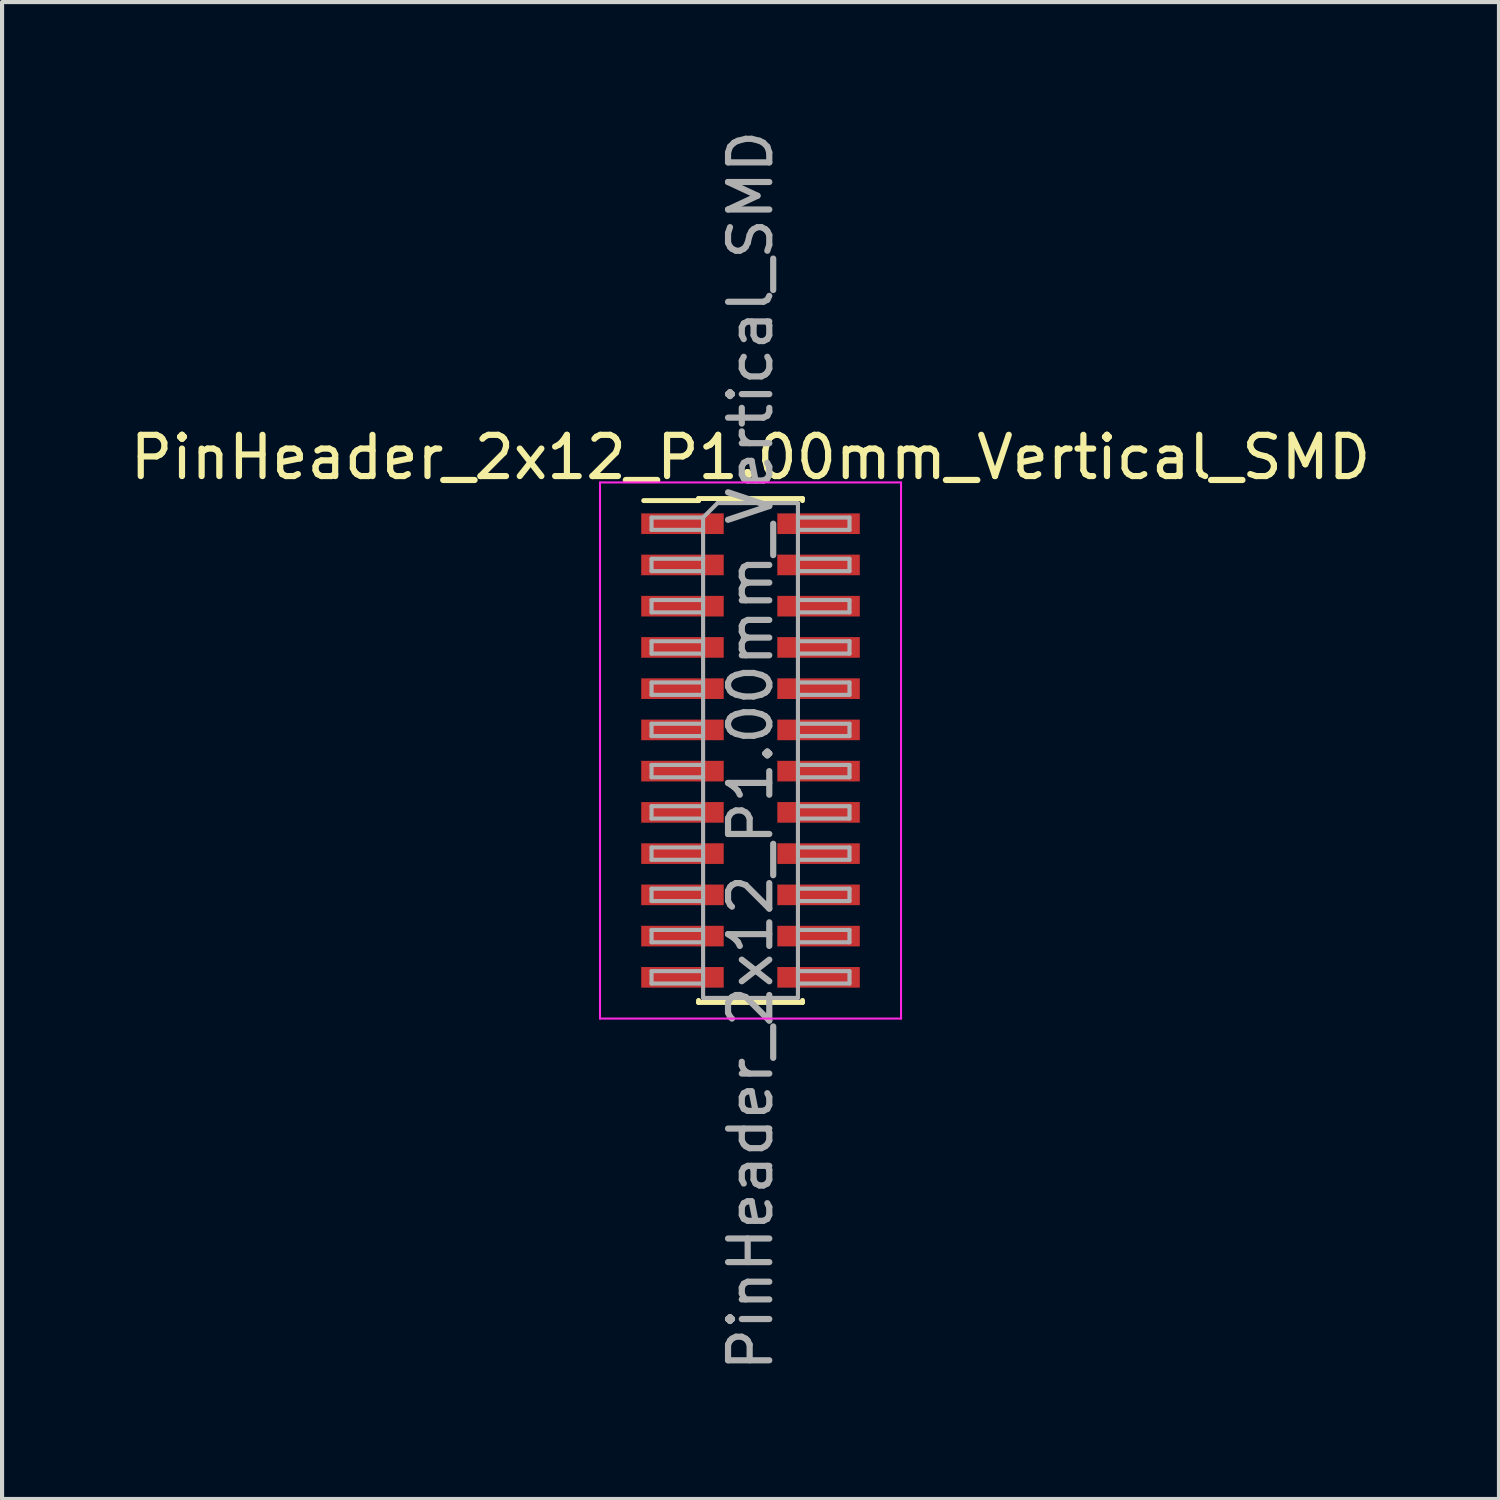
<source format=kicad_pcb>
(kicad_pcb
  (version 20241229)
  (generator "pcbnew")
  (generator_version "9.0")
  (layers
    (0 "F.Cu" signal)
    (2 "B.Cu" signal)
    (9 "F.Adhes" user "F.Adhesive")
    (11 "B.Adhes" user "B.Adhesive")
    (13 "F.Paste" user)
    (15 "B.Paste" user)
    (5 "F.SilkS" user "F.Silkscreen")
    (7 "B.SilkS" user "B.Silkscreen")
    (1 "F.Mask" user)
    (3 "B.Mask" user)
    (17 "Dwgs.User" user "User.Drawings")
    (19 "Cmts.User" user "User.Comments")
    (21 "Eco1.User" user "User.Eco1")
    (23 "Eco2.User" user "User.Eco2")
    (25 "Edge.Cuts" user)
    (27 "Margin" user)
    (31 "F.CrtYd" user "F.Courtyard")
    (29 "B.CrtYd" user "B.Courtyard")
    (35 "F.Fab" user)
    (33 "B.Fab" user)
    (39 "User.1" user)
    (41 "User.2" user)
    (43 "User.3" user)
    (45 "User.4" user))
  (footprint "PinHeader_2x12_P1.00mm_Vertical_SMD"
    (layer "F.Cu")
    (at 15.149 15.149)
    (property "Reference" "PinHeader_2x12_P1.00mm_Vertical_SMD" (at 0 -7.11 0) (layer "F.SilkS") (effects (font (size 1 1) (thickness 0.15))))
    (attr smd)
    (fp_line (start -2.59 -6.06) (end -1.26 -6.06) (stroke (width 0.12) (type solid)) (layer "F.SilkS"))
    (fp_line (start -1.26 -6.11) (end -1.26 -6.06) (stroke (width 0.12) (type solid)) (layer "F.SilkS"))
    (fp_line (start -1.26 -6.11) (end 1.26 -6.11) (stroke (width 0.12) (type solid)) (layer "F.SilkS"))
    (fp_line (start -1.26 6.06) (end -1.26 6.11) (stroke (width 0.12) (type solid)) (layer "F.SilkS"))
    (fp_line (start -1.26 6.11) (end 1.26 6.11) (stroke (width 0.12) (type solid)) (layer "F.SilkS"))
    (fp_line (start 1.26 -6.11) (end 1.26 -6.06) (stroke (width 0.12) (type solid)) (layer "F.SilkS"))
    (fp_line (start 1.26 6.06) (end 1.26 6.11) (stroke (width 0.12) (type solid)) (layer "F.SilkS"))
    (fp_line (start -3.65 -6.5) (end -3.65 6.5) (stroke (width 0.05) (type solid)) (layer "F.CrtYd"))
    (fp_line (start -3.65 6.5) (end 3.65 6.5) (stroke (width 0.05) (type solid)) (layer "F.CrtYd"))
    (fp_line (start 3.65 -6.5) (end -3.65 -6.5) (stroke (width 0.05) (type solid)) (layer "F.CrtYd"))
    (fp_line (start 3.65 6.5) (end 3.65 -6.5) (stroke (width 0.05) (type solid)) (layer "F.CrtYd"))
    (fp_line (start -2.4 -5.65) (end -2.4 -5.35) (stroke (width 0.1) (type solid)) (layer "F.Fab"))
    (fp_line (start -2.4 -5.35) (end -1.15 -5.35) (stroke (width 0.1) (type solid)) (layer "F.Fab"))
    (fp_line (start -2.4 -4.65) (end -2.4 -4.35) (stroke (width 0.1) (type solid)) (layer "F.Fab"))
    (fp_line (start -2.4 -4.35) (end -1.15 -4.35) (stroke (width 0.1) (type solid)) (layer "F.Fab"))
    (fp_line (start -2.4 -3.65) (end -2.4 -3.35) (stroke (width 0.1) (type solid)) (layer "F.Fab"))
    (fp_line (start -2.4 -3.35) (end -1.15 -3.35) (stroke (width 0.1) (type solid)) (layer "F.Fab"))
    (fp_line (start -2.4 -2.65) (end -2.4 -2.35) (stroke (width 0.1) (type solid)) (layer "F.Fab"))
    (fp_line (start -2.4 -2.35) (end -1.15 -2.35) (stroke (width 0.1) (type solid)) (layer "F.Fab"))
    (fp_line (start -2.4 -1.65) (end -2.4 -1.35) (stroke (width 0.1) (type solid)) (layer "F.Fab"))
    (fp_line (start -2.4 -1.35) (end -1.15 -1.35) (stroke (width 0.1) (type solid)) (layer "F.Fab"))
    (fp_line (start -2.4 -0.65) (end -2.4 -0.35) (stroke (width 0.1) (type solid)) (layer "F.Fab"))
    (fp_line (start -2.4 -0.35) (end -1.15 -0.35) (stroke (width 0.1) (type solid)) (layer "F.Fab"))
    (fp_line (start -2.4 0.35) (end -2.4 0.65) (stroke (width 0.1) (type solid)) (layer "F.Fab"))
    (fp_line (start -2.4 0.65) (end -1.15 0.65) (stroke (width 0.1) (type solid)) (layer "F.Fab"))
    (fp_line (start -2.4 1.35) (end -2.4 1.65) (stroke (width 0.1) (type solid)) (layer "F.Fab"))
    (fp_line (start -2.4 1.65) (end -1.15 1.65) (stroke (width 0.1) (type solid)) (layer "F.Fab"))
    (fp_line (start -2.4 2.35) (end -2.4 2.65) (stroke (width 0.1) (type solid)) (layer "F.Fab"))
    (fp_line (start -2.4 2.65) (end -1.15 2.65) (stroke (width 0.1) (type solid)) (layer "F.Fab"))
    (fp_line (start -2.4 3.35) (end -2.4 3.65) (stroke (width 0.1) (type solid)) (layer "F.Fab"))
    (fp_line (start -2.4 3.65) (end -1.15 3.65) (stroke (width 0.1) (type solid)) (layer "F.Fab"))
    (fp_line (start -2.4 4.35) (end -2.4 4.65) (stroke (width 0.1) (type solid)) (layer "F.Fab"))
    (fp_line (start -2.4 4.65) (end -1.15 4.65) (stroke (width 0.1) (type solid)) (layer "F.Fab"))
    (fp_line (start -2.4 5.35) (end -2.4 5.65) (stroke (width 0.1) (type solid)) (layer "F.Fab"))
    (fp_line (start -2.4 5.65) (end -1.15 5.65) (stroke (width 0.1) (type solid)) (layer "F.Fab"))
    (fp_line (start -1.15 -5.65) (end -2.4 -5.65) (stroke (width 0.1) (type solid)) (layer "F.Fab"))
    (fp_line (start -1.15 -5.65) (end -0.8 -6) (stroke (width 0.1) (type solid)) (layer "F.Fab"))
    (fp_line (start -1.15 -4.65) (end -2.4 -4.65) (stroke (width 0.1) (type solid)) (layer "F.Fab"))
    (fp_line (start -1.15 -3.65) (end -2.4 -3.65) (stroke (width 0.1) (type solid)) (layer "F.Fab"))
    (fp_line (start -1.15 -2.65) (end -2.4 -2.65) (stroke (width 0.1) (type solid)) (layer "F.Fab"))
    (fp_line (start -1.15 -1.65) (end -2.4 -1.65) (stroke (width 0.1) (type solid)) (layer "F.Fab"))
    (fp_line (start -1.15 -0.65) (end -2.4 -0.65) (stroke (width 0.1) (type solid)) (layer "F.Fab"))
    (fp_line (start -1.15 0.35) (end -2.4 0.35) (stroke (width 0.1) (type solid)) (layer "F.Fab"))
    (fp_line (start -1.15 1.35) (end -2.4 1.35) (stroke (width 0.1) (type solid)) (layer "F.Fab"))
    (fp_line (start -1.15 2.35) (end -2.4 2.35) (stroke (width 0.1) (type solid)) (layer "F.Fab"))
    (fp_line (start -1.15 3.35) (end -2.4 3.35) (stroke (width 0.1) (type solid)) (layer "F.Fab"))
    (fp_line (start -1.15 4.35) (end -2.4 4.35) (stroke (width 0.1) (type solid)) (layer "F.Fab"))
    (fp_line (start -1.15 5.35) (end -2.4 5.35) (stroke (width 0.1) (type solid)) (layer "F.Fab"))
    (fp_line (start -1.15 6) (end -1.15 -5.65) (stroke (width 0.1) (type solid)) (layer "F.Fab"))
    (fp_line (start -0.8 -6) (end 1.15 -6) (stroke (width 0.1) (type solid)) (layer "F.Fab"))
    (fp_line (start 1.15 -6) (end 1.15 6) (stroke (width 0.1) (type solid)) (layer "F.Fab"))
    (fp_line (start 1.15 -5.65) (end 2.4 -5.65) (stroke (width 0.1) (type solid)) (layer "F.Fab"))
    (fp_line (start 1.15 -4.65) (end 2.4 -4.65) (stroke (width 0.1) (type solid)) (layer "F.Fab"))
    (fp_line (start 1.15 -3.65) (end 2.4 -3.65) (stroke (width 0.1) (type solid)) (layer "F.Fab"))
    (fp_line (start 1.15 -2.65) (end 2.4 -2.65) (stroke (width 0.1) (type solid)) (layer "F.Fab"))
    (fp_line (start 1.15 -1.65) (end 2.4 -1.65) (stroke (width 0.1) (type solid)) (layer "F.Fab"))
    (fp_line (start 1.15 -0.65) (end 2.4 -0.65) (stroke (width 0.1) (type solid)) (layer "F.Fab"))
    (fp_line (start 1.15 0.35) (end 2.4 0.35) (stroke (width 0.1) (type solid)) (layer "F.Fab"))
    (fp_line (start 1.15 1.35) (end 2.4 1.35) (stroke (width 0.1) (type solid)) (layer "F.Fab"))
    (fp_line (start 1.15 2.35) (end 2.4 2.35) (stroke (width 0.1) (type solid)) (layer "F.Fab"))
    (fp_line (start 1.15 3.35) (end 2.4 3.35) (stroke (width 0.1) (type solid)) (layer "F.Fab"))
    (fp_line (start 1.15 4.35) (end 2.4 4.35) (stroke (width 0.1) (type solid)) (layer "F.Fab"))
    (fp_line (start 1.15 5.35) (end 2.4 5.35) (stroke (width 0.1) (type solid)) (layer "F.Fab"))
    (fp_line (start 1.15 6) (end -1.15 6) (stroke (width 0.1) (type solid)) (layer "F.Fab"))
    (fp_line (start 2.4 -5.65) (end 2.4 -5.35) (stroke (width 0.1) (type solid)) (layer "F.Fab"))
    (fp_line (start 2.4 -5.35) (end 1.15 -5.35) (stroke (width 0.1) (type solid)) (layer "F.Fab"))
    (fp_line (start 2.4 -4.65) (end 2.4 -4.35) (stroke (width 0.1) (type solid)) (layer "F.Fab"))
    (fp_line (start 2.4 -4.35) (end 1.15 -4.35) (stroke (width 0.1) (type solid)) (layer "F.Fab"))
    (fp_line (start 2.4 -3.65) (end 2.4 -3.35) (stroke (width 0.1) (type solid)) (layer "F.Fab"))
    (fp_line (start 2.4 -3.35) (end 1.15 -3.35) (stroke (width 0.1) (type solid)) (layer "F.Fab"))
    (fp_line (start 2.4 -2.65) (end 2.4 -2.35) (stroke (width 0.1) (type solid)) (layer "F.Fab"))
    (fp_line (start 2.4 -2.35) (end 1.15 -2.35) (stroke (width 0.1) (type solid)) (layer "F.Fab"))
    (fp_line (start 2.4 -1.65) (end 2.4 -1.35) (stroke (width 0.1) (type solid)) (layer "F.Fab"))
    (fp_line (start 2.4 -1.35) (end 1.15 -1.35) (stroke (width 0.1) (type solid)) (layer "F.Fab"))
    (fp_line (start 2.4 -0.65) (end 2.4 -0.35) (stroke (width 0.1) (type solid)) (layer "F.Fab"))
    (fp_line (start 2.4 -0.35) (end 1.15 -0.35) (stroke (width 0.1) (type solid)) (layer "F.Fab"))
    (fp_line (start 2.4 0.35) (end 2.4 0.65) (stroke (width 0.1) (type solid)) (layer "F.Fab"))
    (fp_line (start 2.4 0.65) (end 1.15 0.65) (stroke (width 0.1) (type solid)) (layer "F.Fab"))
    (fp_line (start 2.4 1.35) (end 2.4 1.65) (stroke (width 0.1) (type solid)) (layer "F.Fab"))
    (fp_line (start 2.4 1.65) (end 1.15 1.65) (stroke (width 0.1) (type solid)) (layer "F.Fab"))
    (fp_line (start 2.4 2.35) (end 2.4 2.65) (stroke (width 0.1) (type solid)) (layer "F.Fab"))
    (fp_line (start 2.4 2.65) (end 1.15 2.65) (stroke (width 0.1) (type solid)) (layer "F.Fab"))
    (fp_line (start 2.4 3.35) (end 2.4 3.65) (stroke (width 0.1) (type solid)) (layer "F.Fab"))
    (fp_line (start 2.4 3.65) (end 1.15 3.65) (stroke (width 0.1) (type solid)) (layer "F.Fab"))
    (fp_line (start 2.4 4.35) (end 2.4 4.65) (stroke (width 0.1) (type solid)) (layer "F.Fab"))
    (fp_line (start 2.4 4.65) (end 1.15 4.65) (stroke (width 0.1) (type solid)) (layer "F.Fab"))
    (fp_line (start 2.4 5.35) (end 2.4 5.65) (stroke (width 0.1) (type solid)) (layer "F.Fab"))
    (fp_line (start 2.4 5.65) (end 1.15 5.65) (stroke (width 0.1) (type solid)) (layer "F.Fab"))
    (fp_text user "${REFERENCE}" (at 0 0 90) (layer "F.Fab") (effects (font (size 1 1) (thickness 0.15))))
    (pad "1" smd rect (at -1.65 -5.5) (size 2 0.5) (layers "F.Cu" "F.Mask" "F.Paste"))
    (pad "2" smd rect (at 1.65 -5.5) (size 2 0.5) (layers "F.Cu" "F.Mask" "F.Paste"))
    (pad "3" smd rect (at -1.65 -4.5) (size 2 0.5) (layers "F.Cu" "F.Mask" "F.Paste"))
    (pad "4" smd rect (at 1.65 -4.5) (size 2 0.5) (layers "F.Cu" "F.Mask" "F.Paste"))
    (pad "5" smd rect (at -1.65 -3.5) (size 2 0.5) (layers "F.Cu" "F.Mask" "F.Paste"))
    (pad "6" smd rect (at 1.65 -3.5) (size 2 0.5) (layers "F.Cu" "F.Mask" "F.Paste"))
    (pad "7" smd rect (at -1.65 -2.5) (size 2 0.5) (layers "F.Cu" "F.Mask" "F.Paste"))
    (pad "8" smd rect (at 1.65 -2.5) (size 2 0.5) (layers "F.Cu" "F.Mask" "F.Paste"))
    (pad "9" smd rect (at -1.65 -1.5) (size 2 0.5) (layers "F.Cu" "F.Mask" "F.Paste"))
    (pad "10" smd rect (at 1.65 -1.5) (size 2 0.5) (layers "F.Cu" "F.Mask" "F.Paste"))
    (pad "11" smd rect (at -1.65 -0.5) (size 2 0.5) (layers "F.Cu" "F.Mask" "F.Paste"))
    (pad "12" smd rect (at 1.65 -0.5) (size 2 0.5) (layers "F.Cu" "F.Mask" "F.Paste"))
    (pad "13" smd rect (at -1.65 0.5) (size 2 0.5) (layers "F.Cu" "F.Mask" "F.Paste"))
    (pad "14" smd rect (at 1.65 0.5) (size 2 0.5) (layers "F.Cu" "F.Mask" "F.Paste"))
    (pad "15" smd rect (at -1.65 1.5) (size 2 0.5) (layers "F.Cu" "F.Mask" "F.Paste"))
    (pad "16" smd rect (at 1.65 1.5) (size 2 0.5) (layers "F.Cu" "F.Mask" "F.Paste"))
    (pad "17" smd rect (at -1.65 2.5) (size 2 0.5) (layers "F.Cu" "F.Mask" "F.Paste"))
    (pad "18" smd rect (at 1.65 2.5) (size 2 0.5) (layers "F.Cu" "F.Mask" "F.Paste"))
    (pad "19" smd rect (at -1.65 3.5) (size 2 0.5) (layers "F.Cu" "F.Mask" "F.Paste"))
    (pad "20" smd rect (at 1.65 3.5) (size 2 0.5) (layers "F.Cu" "F.Mask" "F.Paste"))
    (pad "21" smd rect (at -1.65 4.5) (size 2 0.5) (layers "F.Cu" "F.Mask" "F.Paste"))
    (pad "22" smd rect (at 1.65 4.5) (size 2 0.5) (layers "F.Cu" "F.Mask" "F.Paste"))
    (pad "23" smd rect (at -1.65 5.5) (size 2 0.5) (layers "F.Cu" "F.Mask" "F.Paste"))
    (pad "24" smd rect (at 1.65 5.5) (size 2 0.5) (layers "F.Cu" "F.Mask" "F.Paste")))
  (gr_rect
    (start -3 -3)
    (end 33.298 33.298)
    (stroke (width 0.1) (type default))
    (fill no)
    (layer "Edge.Cuts")))
</source>
